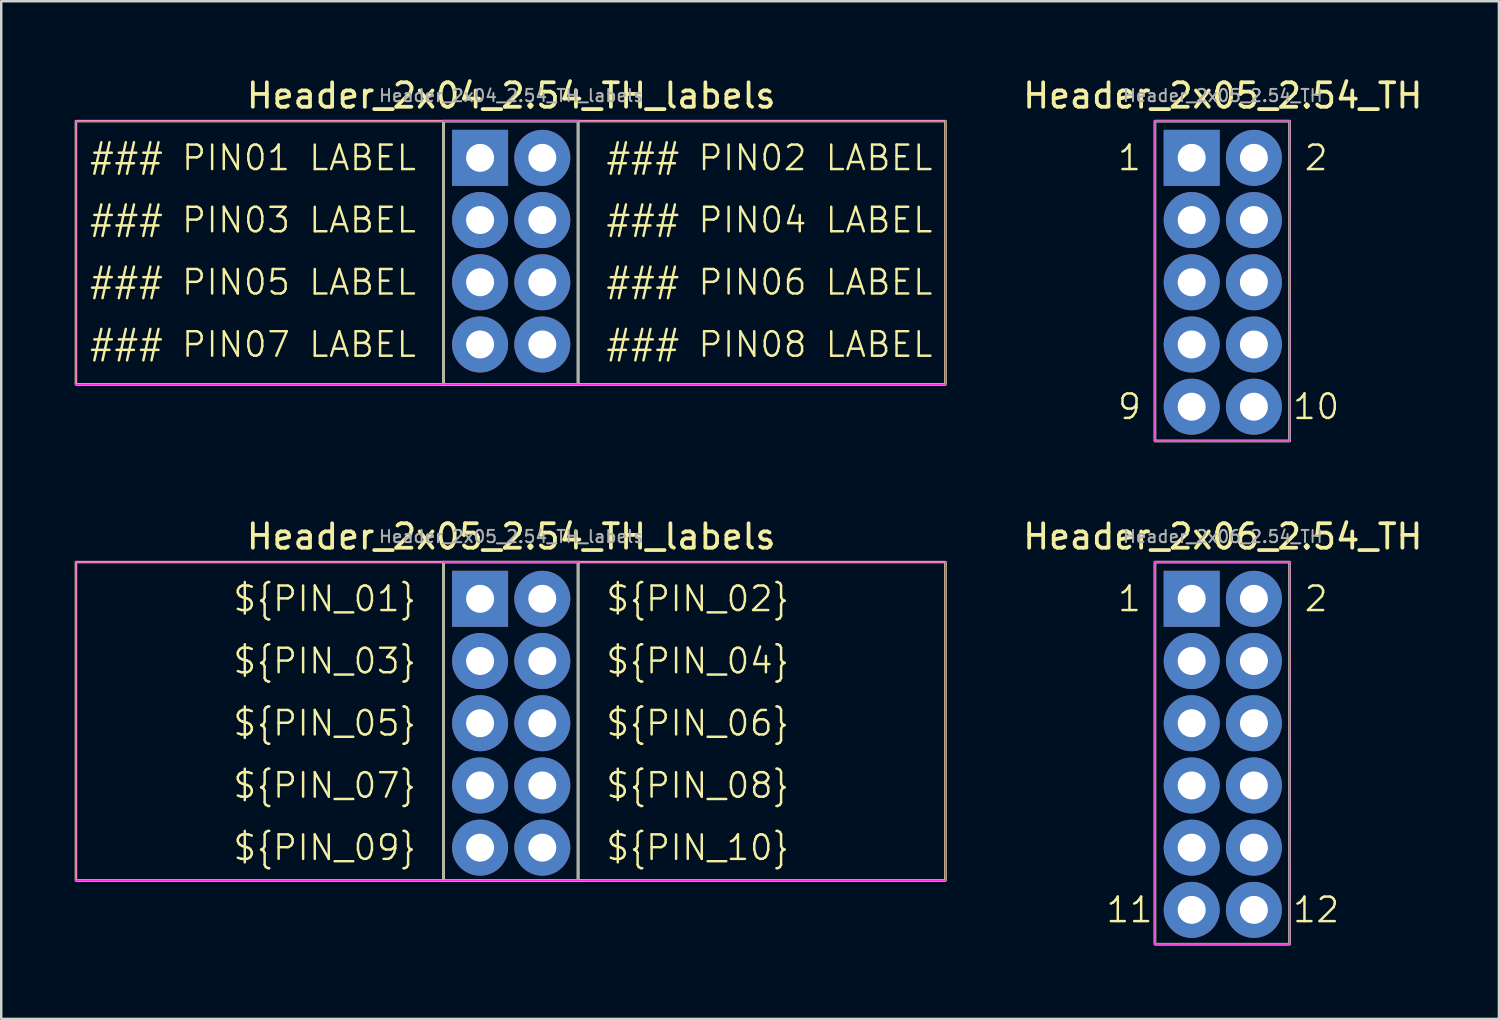
<source format=kicad_pcb>
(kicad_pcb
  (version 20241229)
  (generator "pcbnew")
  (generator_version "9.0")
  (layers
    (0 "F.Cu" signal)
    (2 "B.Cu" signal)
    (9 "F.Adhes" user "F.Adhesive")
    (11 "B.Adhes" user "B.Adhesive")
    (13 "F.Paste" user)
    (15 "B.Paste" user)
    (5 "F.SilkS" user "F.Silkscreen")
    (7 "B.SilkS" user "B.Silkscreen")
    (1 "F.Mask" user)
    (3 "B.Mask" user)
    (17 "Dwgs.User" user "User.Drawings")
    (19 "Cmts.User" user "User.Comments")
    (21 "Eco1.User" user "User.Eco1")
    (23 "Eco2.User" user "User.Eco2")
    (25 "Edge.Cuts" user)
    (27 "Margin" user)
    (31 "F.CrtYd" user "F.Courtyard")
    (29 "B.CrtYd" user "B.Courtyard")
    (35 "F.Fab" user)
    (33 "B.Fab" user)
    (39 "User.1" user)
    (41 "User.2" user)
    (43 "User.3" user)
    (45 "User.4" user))
  (footprint "Header_2x04_2.54_TH_labels"
    (layer "F.Cu")
    (at 16.55 3.394)
    (property "Reference" "Header_2x04_2.54_TH_labels" (at 1.27 -2.54 0) (layer "F.SilkS") (effects (font (size 1 1) (thickness 0.153))))
    (attr through_hole)
    (fp_rect (start -16.5 -1.5) (end -1.5 9.25) (stroke (width 0.1) (type default)) (fill no) (layer "F.SilkS"))
    (fp_rect (start -1.5 -1.5) (end 4 9.25) (stroke (width 0.1) (type default)) (fill no) (layer "F.SilkS"))
    (fp_rect (start 4 -1.5) (end 19 9.25) (stroke (width 0.1) (type default)) (fill no) (layer "F.SilkS"))
    (fp_line (start -16.5 -1.5) (end 19 -1.5) (stroke (width 0.05) (type default)) (layer "F.CrtYd"))
    (fp_line (start -16.5 9.25) (end -16.5 -1.5) (stroke (width 0.05) (type default)) (layer "F.CrtYd"))
    (fp_line (start 19 -1.5) (end 19 9.25) (stroke (width 0.05) (type default)) (layer "F.CrtYd"))
    (fp_line (start 19 9.25) (end -16.5 9.25) (stroke (width 0.05) (type default)) (layer "F.CrtYd"))
    (fp_rect (start -1.5 -1.5) (end 4 9.25) (stroke (width 0.1) (type default)) (fill no) (layer "F.Fab"))
    (fp_text user "### PIN05 LABEL" (at -2.54 5.08 0) (unlocked yes) (layer "F.SilkS") (effects (font (size 1 1) (thickness 0.1)) (justify right)))
    (fp_text user "### PIN02 LABEL" (at 5.08 0 0) (unlocked yes) (layer "F.SilkS") (effects (font (size 1 1) (thickness 0.1)) (justify left)))
    (fp_text user "### PIN03 LABEL" (at -2.54 2.54 0) (unlocked yes) (layer "F.SilkS") (effects (font (size 1 1) (thickness 0.1)) (justify right)))
    (fp_text user "### PIN04 LABEL" (at 5.08 2.54 0) (unlocked yes) (layer "F.SilkS") (effects (font (size 1 1) (thickness 0.1)) (justify left)))
    (fp_text user "### PIN07 LABEL" (at -2.54 7.62 0) (unlocked yes) (layer "F.SilkS") (effects (font (size 1 1) (thickness 0.1)) (justify right)))
    (fp_text user "### PIN06 LABEL" (at 5.08 5.08 0) (unlocked yes) (layer "F.SilkS") (effects (font (size 1 1) (thickness 0.1)) (justify left)))
    (fp_text user "### PIN08 LABEL" (at 5.08 7.62 0) (unlocked yes) (layer "F.SilkS") (effects (font (size 1 1) (thickness 0.1)) (justify left)))
    (fp_text user "### PIN01 LABEL" (at -2.54 0 0) (unlocked yes) (layer "F.SilkS") (effects (font (size 1 1) (thickness 0.1)) (justify right)))
    (fp_text user "${REFERENCE}" (at 1.27 -2.54 0) (layer "F.Fab") (effects (font (size 0.5 0.5) (thickness 0.08))))
    (pad "1" thru_hole rect (at 0 0) (size 2.286 2.286) (drill 1.143) (layers "*.Cu" "*.Mask"))
    (pad "2" thru_hole circle (at 2.54 0) (size 2.286 2.286) (drill 1.143) (layers "*.Cu" "*.Mask"))
    (pad "3" thru_hole circle (at 0 2.54) (size 2.286 2.286) (drill 1.143) (layers "*.Cu" "*.Mask"))
    (pad "4" thru_hole circle (at 2.54 2.54) (size 2.286 2.286) (drill 1.143) (layers "*.Cu" "*.Mask"))
    (pad "5" thru_hole circle (at 0 5.08) (size 2.286 2.286) (drill 1.143) (layers "*.Cu" "*.Mask"))
    (pad "6" thru_hole circle (at 2.54 5.08) (size 2.286 2.286) (drill 1.143) (layers "*.Cu" "*.Mask"))
    (pad "7" thru_hole circle (at 0 7.62) (size 2.286 2.286) (drill 1.143) (layers "*.Cu" "*.Mask"))
    (pad "8" thru_hole circle (at 2.54 7.62) (size 2.286 2.286) (drill 1.143) (layers "*.Cu" "*.Mask")))
  (footprint "Header_2x05_2.54_TH"
    (layer "F.Cu")
    (at 45.602 3.394)
    (property "Reference" "Header_2x05_2.54_TH" (at 1.27 -2.54 0) (layer "F.SilkS") (effects (font (size 1 1) (thickness 0.153))))
    (attr through_hole)
    (fp_rect (start -1.5 -1.5) (end 4 11.56) (stroke (width 0.1) (type default)) (fill no) (layer "F.SilkS"))
    (fp_line (start -1.5 -1.5) (end 4 -1.5) (stroke (width 0.05) (type default)) (layer "F.CrtYd"))
    (fp_line (start -1.5 11.56) (end -1.5 -1.5) (stroke (width 0.05) (type default)) (layer "F.CrtYd"))
    (fp_line (start 4 -1.5) (end 4 11.56) (stroke (width 0.05) (type default)) (layer "F.CrtYd"))
    (fp_line (start 4 11.56) (end -1.5 11.56) (stroke (width 0.05) (type default)) (layer "F.CrtYd"))
    (fp_rect (start -1.5 -1.5) (end 4 11.56) (stroke (width 0.1) (type default)) (fill no) (layer "F.Fab"))
    (fp_text user "2" (at 5.08 0 0) (unlocked yes) (layer "F.SilkS") (effects (font (size 1 1) (thickness 0.1))))
    (fp_text user "10" (at 5.08 10.16 0) (unlocked yes) (layer "F.SilkS") (effects (font (size 1 1) (thickness 0.1))))
    (fp_text user "1" (at -2.54 0 0) (unlocked yes) (layer "F.SilkS") (effects (font (size 1 1) (thickness 0.1))))
    (fp_text user "9" (at -2.54 10.16 0) (unlocked yes) (layer "F.SilkS") (effects (font (size 1 1) (thickness 0.1))))
    (fp_text user "${REFERENCE}" (at 1.27 -2.54 0) (layer "F.Fab") (effects (font (size 0.5 0.5) (thickness 0.08))))
    (pad "1" thru_hole rect (at 0 0) (size 2.286 2.286) (drill 1.143) (layers "*.Cu" "*.Mask"))
    (pad "2" thru_hole circle (at 2.54 0) (size 2.286 2.286) (drill 1.143) (layers "*.Cu" "*.Mask"))
    (pad "3" thru_hole circle (at 0 2.54) (size 2.286 2.286) (drill 1.143) (layers "*.Cu" "*.Mask"))
    (pad "4" thru_hole circle (at 2.54 2.54) (size 2.286 2.286) (drill 1.143) (layers "*.Cu" "*.Mask"))
    (pad "5" thru_hole circle (at 0 5.08) (size 2.286 2.286) (drill 1.143) (layers "*.Cu" "*.Mask"))
    (pad "6" thru_hole circle (at 2.54 5.08) (size 2.286 2.286) (drill 1.143) (layers "*.Cu" "*.Mask"))
    (pad "7" thru_hole circle (at 0 7.62) (size 2.286 2.286) (drill 1.143) (layers "*.Cu" "*.Mask"))
    (pad "8" thru_hole circle (at 2.54 7.62) (size 2.286 2.286) (drill 1.143) (layers "*.Cu" "*.Mask"))
    (pad "9" thru_hole circle (at 0 10.16) (size 2.286 2.286) (drill 1.143) (layers "*.Cu" "*.Mask"))
    (pad "10" thru_hole circle (at 2.54 10.16) (size 2.286 2.286) (drill 1.143) (layers "*.Cu" "*.Mask")))
  (footprint "Header_2x05_2.54_TH_labels"
    (layer "F.Cu")
    (at 16.55 21.397)
    (property "Reference" "Header_2x05_2.54_TH_labels" (at 1.27 -2.54 0) (layer "F.SilkS") (effects (font (size 1 1) (thickness 0.153))))
    (attr through_hole)
    (fp_rect (start -16.5 -1.5) (end -1.5 11.5) (stroke (width 0.1) (type default)) (fill no) (layer "F.SilkS"))
    (fp_rect (start -1.5 -1.5) (end 4 11.5) (stroke (width 0.1) (type default)) (fill no) (layer "F.SilkS"))
    (fp_rect (start 4 -1.5) (end 19 11.5) (stroke (width 0.1) (type default)) (fill no) (layer "F.SilkS"))
    (fp_line (start -16.5 -1.5) (end 19 -1.5) (stroke (width 0.05) (type default)) (layer "F.CrtYd"))
    (fp_line (start -16.5 11.5) (end -16.5 -1.5) (stroke (width 0.05) (type default)) (layer "F.CrtYd"))
    (fp_line (start 19 -1.5) (end 19 11.5) (stroke (width 0.05) (type default)) (layer "F.CrtYd"))
    (fp_line (start 19 11.5) (end -16.5 11.5) (stroke (width 0.05) (type default)) (layer "F.CrtYd"))
    (fp_rect (start -1.5 -1.5) (end 4 11.5) (stroke (width 0.1) (type default)) (fill no) (layer "F.Fab"))
    (fp_text user "${PIN_09}" (at -2.54 10.16 0) (unlocked yes) (layer "F.SilkS") (effects (font (size 1 1) (thickness 0.1)) (justify right)))
    (fp_text user "${PIN_03}" (at -2.54 2.54 0) (unlocked yes) (layer "F.SilkS") (effects (font (size 1 1) (thickness 0.1)) (justify right)))
    (fp_text user "${PIN_02}" (at 5.08 0 0) (unlocked yes) (layer "F.SilkS") (effects (font (size 1 1) (thickness 0.1)) (justify left)))
    (fp_text user "${PIN_10}" (at 5.08 10.16 0) (unlocked yes) (layer "F.SilkS") (effects (font (size 1 1) (thickness 0.1)) (justify left)))
    (fp_text user "${PIN_06}" (at 5.08 5.08 0) (unlocked yes) (layer "F.SilkS") (effects (font (size 1 1) (thickness 0.1)) (justify left)))
    (fp_text user "${PIN_08}" (at 5.08 7.62 0) (unlocked yes) (layer "F.SilkS") (effects (font (size 1 1) (thickness 0.1)) (justify left)))
    (fp_text user "${PIN_04}" (at 5.08 2.54 0) (unlocked yes) (layer "F.SilkS") (effects (font (size 1 1) (thickness 0.1)) (justify left)))
    (fp_text user "${PIN_07}" (at -2.54 7.62 0) (unlocked yes) (layer "F.SilkS") (effects (font (size 1 1) (thickness 0.1)) (justify right)))
    (fp_text user "${PIN_05}" (at -2.54 5.08 0) (unlocked yes) (layer "F.SilkS") (effects (font (size 1 1) (thickness 0.1)) (justify right)))
    (fp_text user "${PIN_01}" (at -2.54 0 0) (unlocked yes) (layer "F.SilkS") (effects (font (size 1 1) (thickness 0.1)) (justify right)))
    (fp_text user "${REFERENCE}" (at 1.27 -2.54 0) (layer "F.Fab") (effects (font (size 0.5 0.5) (thickness 0.08))))
    (pad "1" thru_hole rect (at 0 0) (size 2.286 2.286) (drill 1.143) (layers "*.Cu" "*.Mask"))
    (pad "2" thru_hole circle (at 2.54 0) (size 2.286 2.286) (drill 1.143) (layers "*.Cu" "*.Mask"))
    (pad "3" thru_hole circle (at 0 2.54) (size 2.286 2.286) (drill 1.143) (layers "*.Cu" "*.Mask"))
    (pad "4" thru_hole circle (at 2.54 2.54) (size 2.286 2.286) (drill 1.143) (layers "*.Cu" "*.Mask"))
    (pad "5" thru_hole circle (at 0 5.08) (size 2.286 2.286) (drill 1.143) (layers "*.Cu" "*.Mask"))
    (pad "6" thru_hole circle (at 2.54 5.08) (size 2.286 2.286) (drill 1.143) (layers "*.Cu" "*.Mask"))
    (pad "7" thru_hole circle (at 0 7.62) (size 2.286 2.286) (drill 1.143) (layers "*.Cu" "*.Mask"))
    (pad "8" thru_hole circle (at 2.54 7.62) (size 2.286 2.286) (drill 1.143) (layers "*.Cu" "*.Mask"))
    (pad "9" thru_hole circle (at 0 10.16) (size 2.286 2.286) (drill 1.143) (layers "*.Cu" "*.Mask"))
    (pad "10" thru_hole circle (at 2.54 10.16) (size 2.286 2.286) (drill 1.143) (layers "*.Cu" "*.Mask")))
  (footprint "Header_2x06_2.54_TH"
    (layer "F.Cu")
    (at 45.602 21.397)
    (property "Reference" "Header_2x06_2.54_TH" (at 1.27 -2.54 0) (layer "F.SilkS") (effects (font (size 1 1) (thickness 0.153))))
    (attr through_hole)
    (fp_rect (start -1.5 -1.5) (end 4 14.1) (stroke (width 0.1) (type default)) (fill no) (layer "F.SilkS"))
    (fp_line (start -1.5 -1.5) (end 4 -1.5) (stroke (width 0.05) (type default)) (layer "F.CrtYd"))
    (fp_line (start -1.5 14.1) (end -1.5 -1.5) (stroke (width 0.05) (type default)) (layer "F.CrtYd"))
    (fp_line (start 4 -1.5) (end 4 14.1) (stroke (width 0.05) (type default)) (layer "F.CrtYd"))
    (fp_line (start 4 14.1) (end -1.5 14.1) (stroke (width 0.05) (type default)) (layer "F.CrtYd"))
    (fp_rect (start -1.5 -1.5) (end 4 14.1) (stroke (width 0.1) (type default)) (fill no) (layer "F.Fab"))
    (fp_text user "1" (at -2.54 0 0) (unlocked yes) (layer "F.SilkS") (effects (font (size 1 1) (thickness 0.1))))
    (fp_text user "2" (at 5.08 0 0) (unlocked yes) (layer "F.SilkS") (effects (font (size 1 1) (thickness 0.1))))
    (fp_text user "11" (at -2.54 12.7 0) (unlocked yes) (layer "F.SilkS") (effects (font (size 1 1) (thickness 0.1))))
    (fp_text user "12" (at 5.08 12.7 0) (unlocked yes) (layer "F.SilkS") (effects (font (size 1 1) (thickness 0.1))))
    (fp_text user "${REFERENCE}" (at 1.27 -2.54 0) (layer "F.Fab") (effects (font (size 0.5 0.5) (thickness 0.08))))
    (pad "1" thru_hole rect (at 0 0) (size 2.286 2.286) (drill 1.143) (layers "*.Cu" "*.Mask"))
    (pad "2" thru_hole circle (at 2.54 0) (size 2.286 2.286) (drill 1.143) (layers "*.Cu" "*.Mask"))
    (pad "3" thru_hole circle (at 0 2.54) (size 2.286 2.286) (drill 1.143) (layers "*.Cu" "*.Mask"))
    (pad "4" thru_hole circle (at 2.54 2.54) (size 2.286 2.286) (drill 1.143) (layers "*.Cu" "*.Mask"))
    (pad "5" thru_hole circle (at 0 5.08) (size 2.286 2.286) (drill 1.143) (layers "*.Cu" "*.Mask"))
    (pad "6" thru_hole circle (at 2.54 5.08) (size 2.286 2.286) (drill 1.143) (layers "*.Cu" "*.Mask"))
    (pad "7" thru_hole circle (at 0 7.62) (size 2.286 2.286) (drill 1.143) (layers "*.Cu" "*.Mask"))
    (pad "8" thru_hole circle (at 2.54 7.62) (size 2.286 2.286) (drill 1.143) (layers "*.Cu" "*.Mask"))
    (pad "9" thru_hole circle (at 0 10.16) (size 2.286 2.286) (drill 1.143) (layers "*.Cu" "*.Mask"))
    (pad "10" thru_hole circle (at 2.54 10.16) (size 2.286 2.286) (drill 1.143) (layers "*.Cu" "*.Mask"))
    (pad "11" thru_hole circle (at 0 12.7) (size 2.286 2.286) (drill 1.143) (layers "*.Cu" "*.Mask"))
    (pad "12" thru_hole circle (at 2.54 12.7) (size 2.286 2.286) (drill 1.143) (layers "*.Cu" "*.Mask")))
  (gr_rect
    (start -3 -3)
    (end 58.145 38.547)
    (stroke (width 0.1) (type default))
    (fill no)
    (layer "Edge.Cuts")))
</source>
